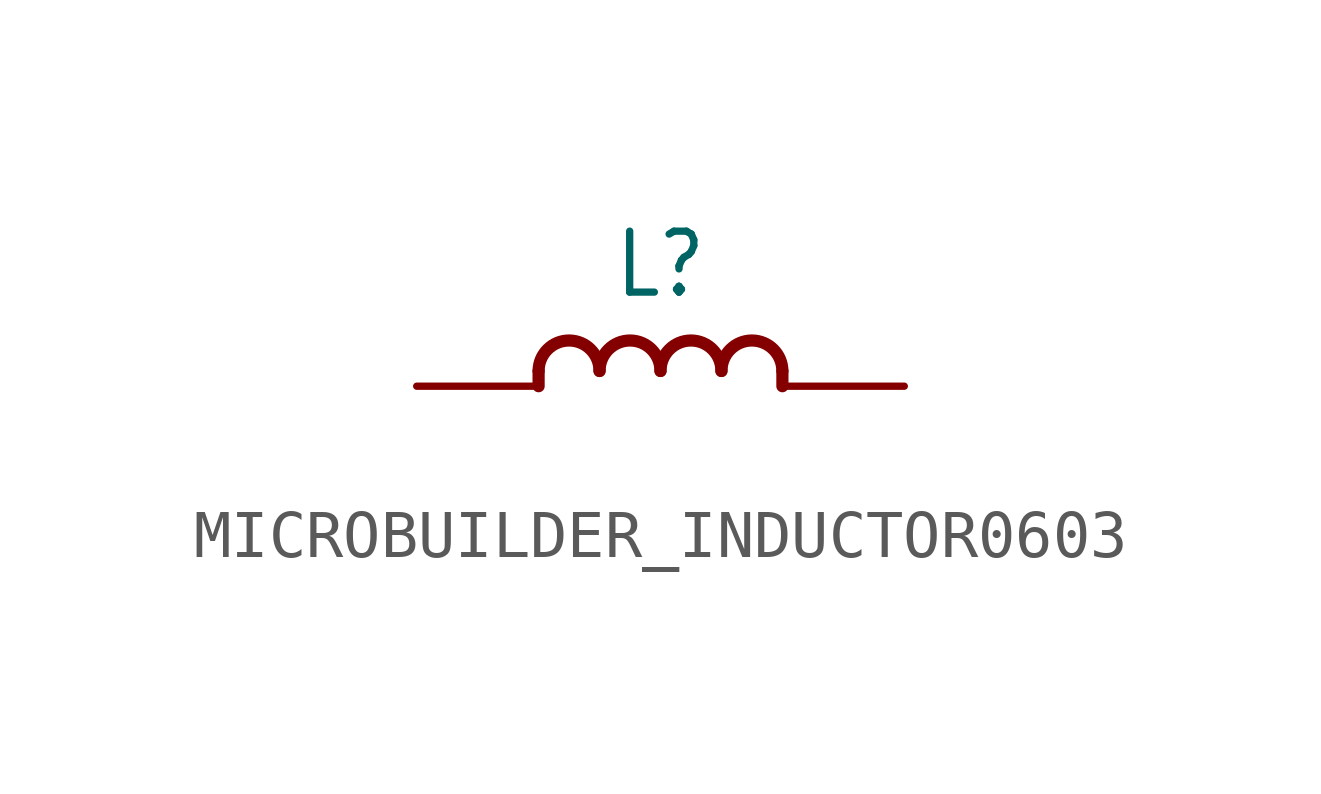
<source format=kicad_sym>
(kicad_symbol_lib
  (version 20220914)
  (generator kicad_symbol_editor)
  (symbol "MICROBUILDER_INDUCTOR0603"
    (property "Reference" "L"
      (at 0 2.54 0)
      (effects (font (size 1.27 1.079))))
    (property "Value" ""
      (at 0 -1.54 0)
      (effects (font (size 1.27 1.079))))
    (property "ki_locked" ""
      (at 0 0 0)
      (effects (font (size 1.27 1.27))))
    (symbol "MICROBUILDER_INDUCTOR0603_1_0"
      (arc (start -1.27 0.3173) (mid -1.9049 0.9497) (end -2.54 0.3175) (stroke (width 0.254) (type solid)) (fill (type none)))
      (polyline (pts (xy -2.54 0.318) (xy -2.54 0)) (stroke (width 0.254) (type solid)) (fill (type none)))
      (polyline (pts (xy 2.54 0.318) (xy 2.54 0)) (stroke (width 0.254) (type solid)) (fill (type none)))
      (arc (start 0 0.3173) (mid -0.6349 0.9497) (end -1.27 0.3175) (stroke (width 0.254) (type solid)) (fill (type none)))
      (arc (start 1.27 0.3173) (mid 0.6351 0.9497) (end 0 0.3175) (stroke (width 0.254) (type solid)) (fill (type none)))
      (arc (start 2.54 0.3173) (mid 1.9051 0.9497) (end 1.27 0.3175) (stroke (width 0.254) (type solid)) (fill (type none)))
      (pin passive line (at -5.08 0 0) (length 2.54) (name "1" (effects (font (size 0 0)))) (number "1" (effects (font (size 0 0)))))
      (pin passive line (at 5.08 0 180) (length 2.54) (name "2" (effects (font (size 0 0)))) (number "2" (effects (font (size 0 0))))))))
</source>
